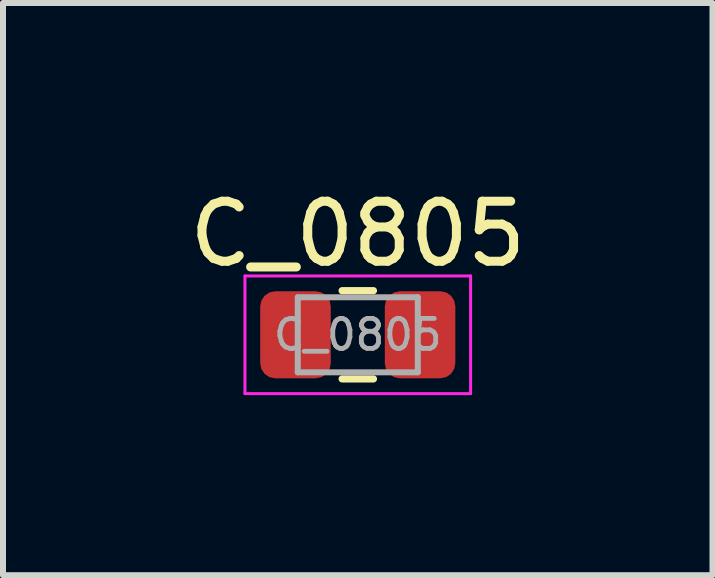
<source format=kicad_pcb>
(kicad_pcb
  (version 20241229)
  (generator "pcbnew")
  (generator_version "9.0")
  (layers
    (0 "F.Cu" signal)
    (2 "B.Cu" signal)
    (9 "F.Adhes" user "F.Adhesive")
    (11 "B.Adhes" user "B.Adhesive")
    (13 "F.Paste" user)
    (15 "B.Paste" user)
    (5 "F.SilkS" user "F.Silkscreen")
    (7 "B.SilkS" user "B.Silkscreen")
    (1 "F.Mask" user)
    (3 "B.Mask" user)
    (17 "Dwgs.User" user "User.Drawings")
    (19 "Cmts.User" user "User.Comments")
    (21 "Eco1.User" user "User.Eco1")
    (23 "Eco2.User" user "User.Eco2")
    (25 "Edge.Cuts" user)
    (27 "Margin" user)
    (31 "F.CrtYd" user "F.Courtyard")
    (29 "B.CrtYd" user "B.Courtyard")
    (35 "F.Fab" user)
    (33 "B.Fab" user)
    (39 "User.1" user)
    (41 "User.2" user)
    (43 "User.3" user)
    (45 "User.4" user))
  (footprint "C_0805"
    (layer "F.Cu")
    (at 2.911 2.528)
    (property "Reference" "C_0805" (at 0 -1.68 0) (layer "F.SilkS") (effects (font (size 1 1) (thickness 0.15))))
    (attr smd)
    (fp_line (start -0.261 -0.735) (end 0.261 -0.735) (stroke (width 0.12) (type solid)) (layer "F.SilkS"))
    (fp_line (start -0.261 0.735) (end 0.261 0.735) (stroke (width 0.12) (type solid)) (layer "F.SilkS"))
    (fp_line (start -1.88 -0.98) (end 1.88 -0.98) (stroke (width 0.05) (type solid)) (layer "F.CrtYd"))
    (fp_line (start -1.88 0.98) (end -1.88 -0.98) (stroke (width 0.05) (type solid)) (layer "F.CrtYd"))
    (fp_line (start 1.88 -0.98) (end 1.88 0.98) (stroke (width 0.05) (type solid)) (layer "F.CrtYd"))
    (fp_line (start 1.88 0.98) (end -1.88 0.98) (stroke (width 0.05) (type solid)) (layer "F.CrtYd"))
    (fp_line (start -1 -0.625) (end 1 -0.625) (stroke (width 0.1) (type solid)) (layer "F.Fab"))
    (fp_line (start -1 0.625) (end -1 -0.625) (stroke (width 0.1) (type solid)) (layer "F.Fab"))
    (fp_line (start 1 -0.625) (end 1 0.625) (stroke (width 0.1) (type solid)) (layer "F.Fab"))
    (fp_line (start 1 0.625) (end -1 0.625) (stroke (width 0.1) (type solid)) (layer "F.Fab"))
    (fp_text user "${REFERENCE}" (at 0 0 0) (layer "F.Fab") (effects (font (size 0.5 0.5) (thickness 0.08))))
    (pad "1" smd roundrect (at -1.038 0) (size 1.175 1.45) (layers "F.Cu" "F.Mask" "F.Paste") (roundrect_rratio 0.213))
    (pad "2" smd roundrect (at 1.038 0) (size 1.175 1.45) (layers "F.Cu" "F.Mask" "F.Paste") (roundrect_rratio 0.213)))
  (gr_rect
    (start -3 -3)
    (end 8.821 6.533)
    (stroke (width 0.1) (type default))
    (fill no)
    (layer "Edge.Cuts")))
</source>
